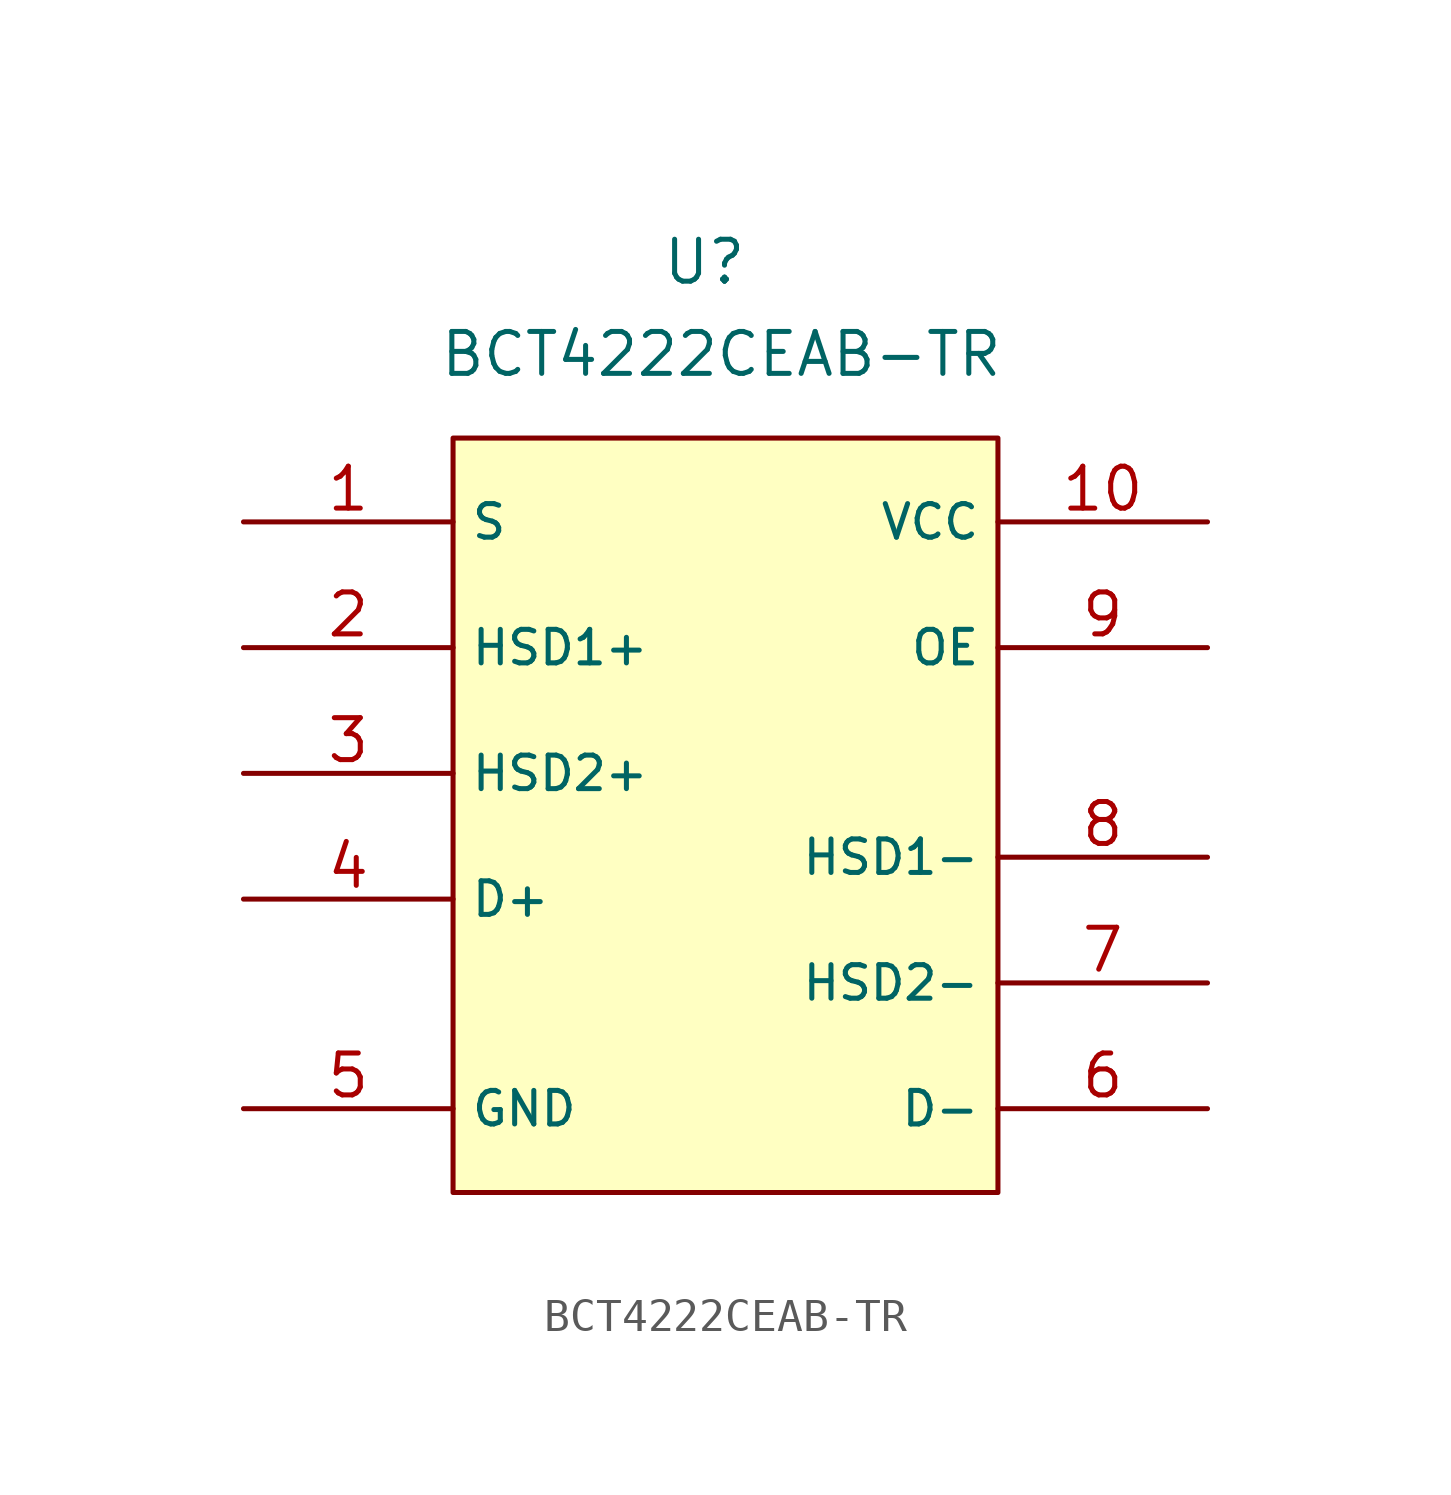
<source format=kicad_sym>
(kicad_symbol_lib
  (version 20241209)
  (generator "kicad_symbol_editor")
  (generator_version "9.0")
  (symbol "BCT4222CEAB-TR"
    (property "Reference" "U"
      (at 0 16.764 0)
      (effects (font (size 1.27 1.27))))
    (property "Value" "BCT4222CEAB-TR"
      (at 0.508 13.97 0)
      (effects (font (size 1.27 1.27))))
    (symbol "BCT4222CEAB-TR_1_1"
      (rectangle (start -7.62 11.43) (end 8.89 -11.43) (stroke (width 0) (type solid)) (fill (type background)))
      (pin input line (at -13.97 8.89 0) (length 6.35) (name "S" (effects (font (size 1.016 1.016)))) (number "1" (effects (font (size 1.27 1.27)))))
      (pin input line (at -13.97 5.08 0) (length 6.35) (name "HSD1+" (effects (font (size 1.016 1.016)))) (number "2" (effects (font (size 1.27 1.27)))))
      (pin input line (at -13.97 1.27 0) (length 6.35) (name "HSD2+" (effects (font (size 1.016 1.016)))) (number "3" (effects (font (size 1.27 1.27)))))
      (pin input line (at -13.97 -2.54 0) (length 6.35) (name "D+" (effects (font (size 1.016 1.016)))) (number "4" (effects (font (size 1.27 1.27)))))
      (pin power_in line (at -13.97 -8.89 0) (length 6.35) (name "GND" (effects (font (size 1.016 1.016)))) (number "5" (effects (font (size 1.27 1.27)))))
      (pin power_in line (at 15.24 8.89 180) (length 6.35) (name "VCC" (effects (font (size 1.016 1.016)))) (number "10" (effects (font (size 1.27 1.27)))))
      (pin input line (at 15.24 5.08 180) (length 6.35) (name "OE" (effects (font (size 1.016 1.016)))) (number "9" (effects (font (size 1.27 1.27)))))
      (pin input line (at 15.24 -1.27 180) (length 6.35) (name "HSD1-" (effects (font (size 1.016 1.016)))) (number "8" (effects (font (size 1.27 1.27)))))
      (pin input line (at 15.24 -5.08 180) (length 6.35) (name "HSD2-" (effects (font (size 1.016 1.016)))) (number "7" (effects (font (size 1.27 1.27)))))
      (pin input line (at 15.24 -8.89 180) (length 6.35) (name "D-" (effects (font (size 1.016 1.016)))) (number "6" (effects (font (size 1.27 1.27))))))))
</source>
